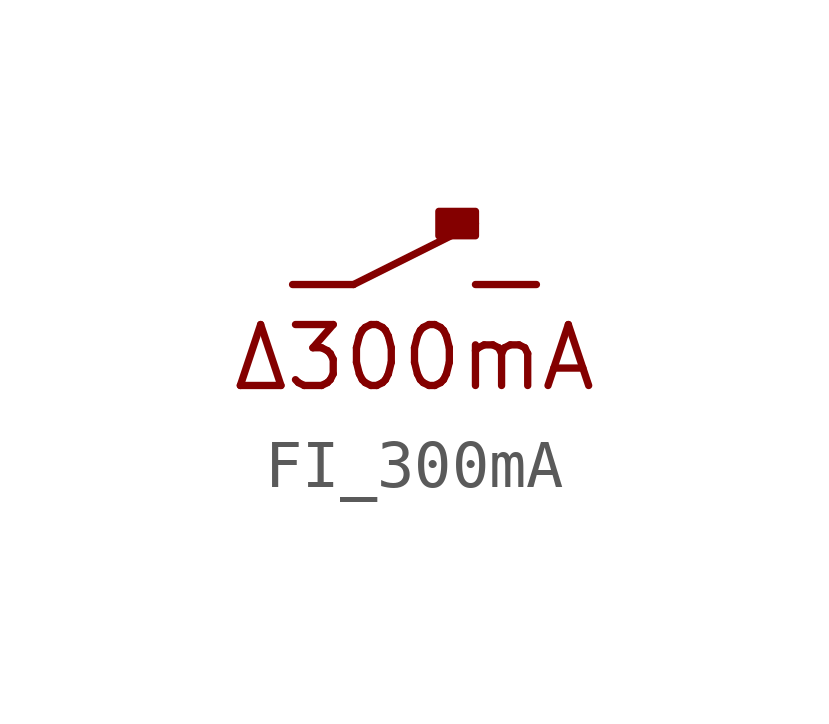
<source format=kicad_sym>
(kicad_symbol_lib
  (version 20211014)
  (generator kicad_symbol_editor)
  (symbol "FI_300mA"
    (pin_numbers hide)
    (pin_names
      (offset 0) hide)
    (property "Reference" "F"
      (at 5.08 1.27 0)
      (effects (font (size 1.27 1.27)) hide))
    (symbol "FI_300mA_0_0"
      (polyline (pts (xy 1.27 0) (xy 3.81 1.27)) (stroke (width 0) (type default) (color 0 0 0 0)) (fill (type none)))
      (rectangle (start 3.81 1.524) (end 3.048 1.016) (stroke (width 0) (type default) (color 0 0 0 0)) (fill (type outline)))
      (text "Δ300mA" (at 2.54 -1.524 0) (effects (font (size 1.27 1.27)))))
    (symbol "FI_300mA_1_1"
      (pin passive line (at 0 0 0) (length 1.27) (name "2" (effects (font (size 1.27 1.27)))) (number "2" (effects (font (size 1.27 1.27)))))
      (pin passive line (at 5.08 0 180) (length 1.27) (name "2" (effects (font (size 1.27 1.27)))) (number "2" (effects (font (size 1.27 1.27))))))))
</source>
